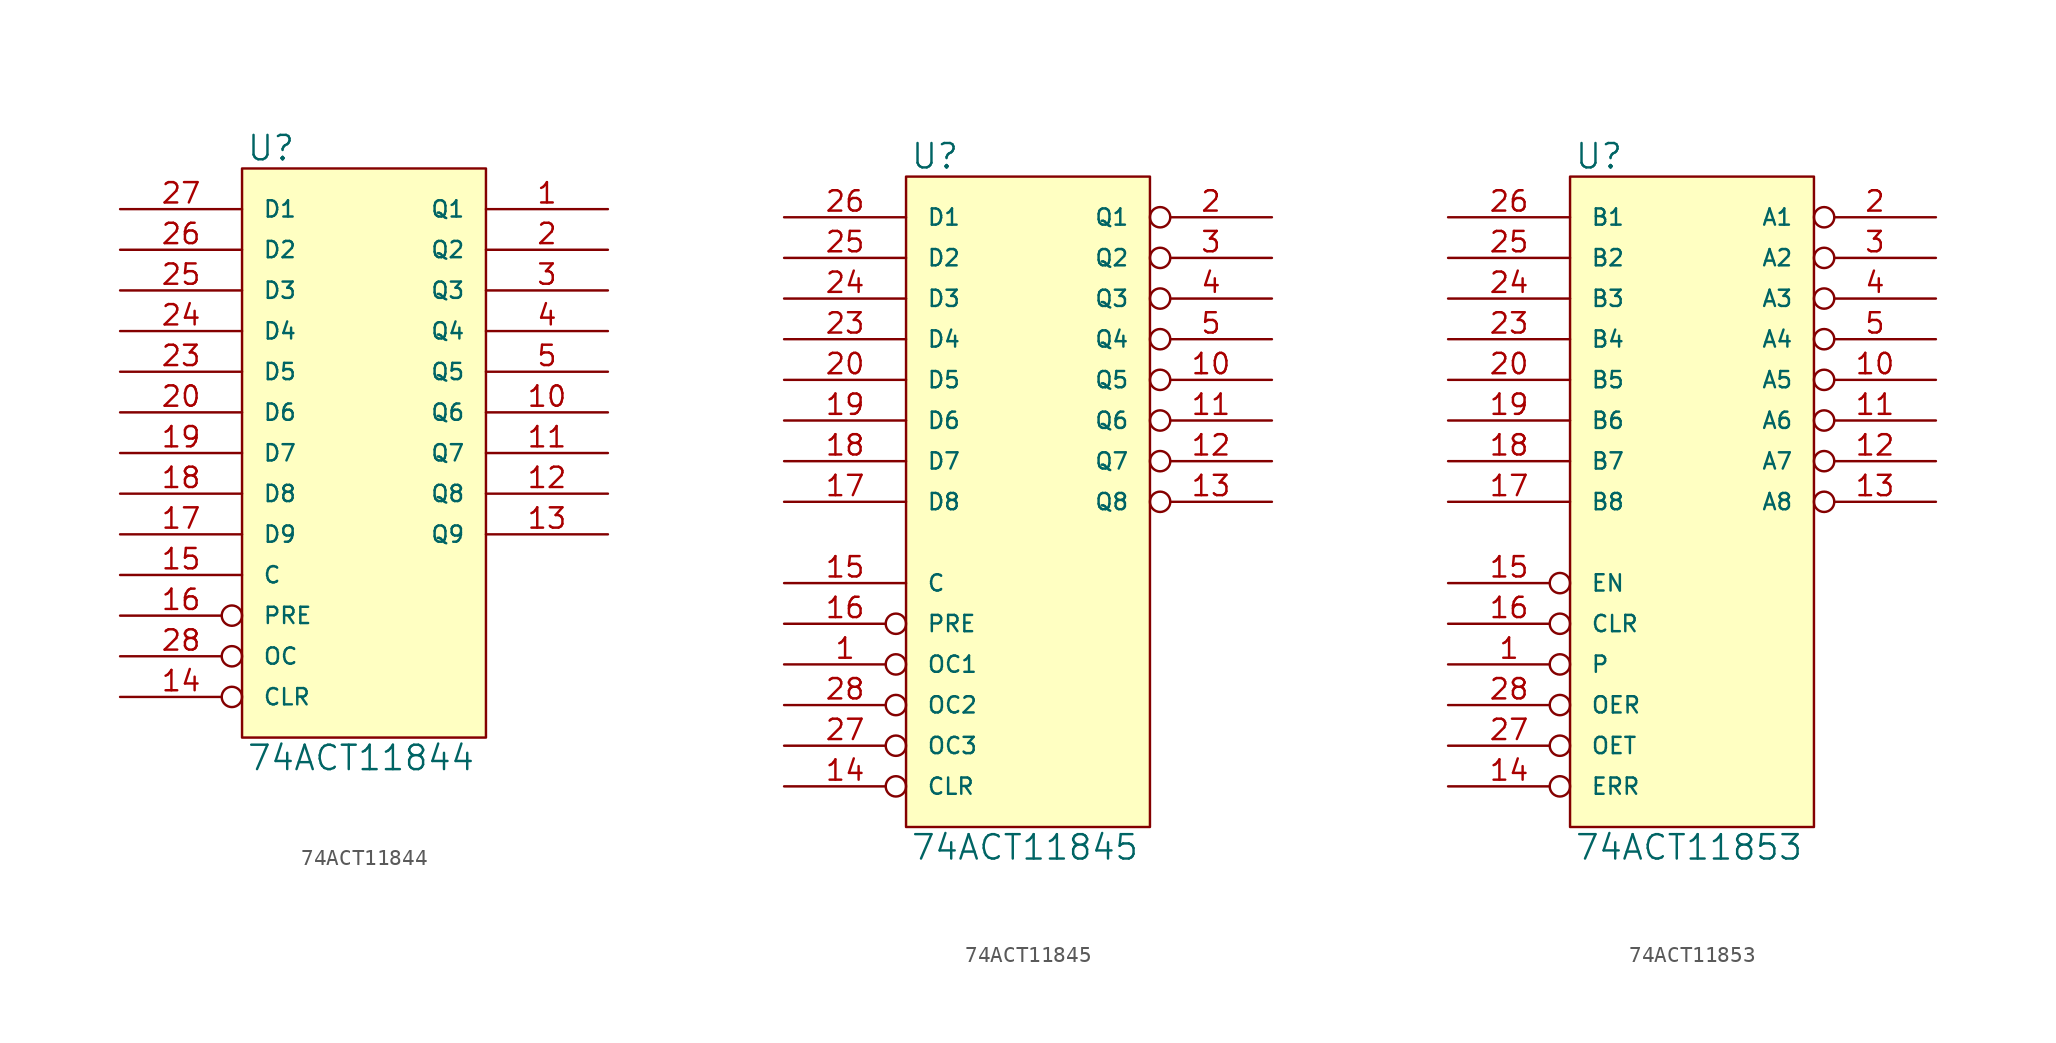
<source format=kicad_sym>
(kicad_symbol_lib
  (version 20231120)
  (generator "kicad_symbol_editor")
  (generator_version "8.0")
  (symbol "74ACT11844"
    (pin_names
      (offset 1.27))
    (property "Reference" "U"
      (at 0.254 0.381 0)
      (effects (font (size 1.524 1.524)) (justify left bottom)))
    (property "Value" "74ACT11844"
      (at 0.254 -35.941 0)
      (effects (font (size 1.524 1.524)) (justify left top)))
    (symbol "74ACT11844_0_1"
      (rectangle (start 0 0) (end 15.24 -35.56) (stroke (width 0) (type solid)) (fill (type background))))
    (symbol "74ACT11844_1_1"
      (pin tri_state line (at 22.86 -2.54 180) (length 7.62) (name "Q1" (effects (font (size 1.016 1.016)))) (number "1" (effects (font (size 1.27 1.27)))))
      (pin tri_state line (at 22.86 -15.24 180) (length 7.62) (name "Q6" (effects (font (size 1.016 1.016)))) (number "10" (effects (font (size 1.27 1.27)))))
      (pin tri_state line (at 22.86 -17.78 180) (length 7.62) (name "Q7" (effects (font (size 1.016 1.016)))) (number "11" (effects (font (size 1.27 1.27)))))
      (pin tri_state line (at 22.86 -20.32 180) (length 7.62) (name "Q8" (effects (font (size 1.016 1.016)))) (number "12" (effects (font (size 1.27 1.27)))))
      (pin tri_state line (at 22.86 -22.86 180) (length 7.62) (name "Q9" (effects (font (size 1.016 1.016)))) (number "13" (effects (font (size 1.27 1.27)))))
      (pin input inverted (at -7.62 -33.02 0) (length 7.62) (name "CLR" (effects (font (size 1.016 1.016)))) (number "14" (effects (font (size 1.27 1.27)))))
      (pin input line (at -7.62 -25.4 0) (length 7.62) (name "C" (effects (font (size 1.016 1.016)))) (number "15" (effects (font (size 1.27 1.27)))))
      (pin input inverted (at -7.62 -27.94 0) (length 7.62) (name "PRE" (effects (font (size 1.016 1.016)))) (number "16" (effects (font (size 1.27 1.27)))))
      (pin input line (at -7.62 -22.86 0) (length 7.62) (name "D9" (effects (font (size 1.016 1.016)))) (number "17" (effects (font (size 1.27 1.27)))))
      (pin input line (at -7.62 -20.32 0) (length 7.62) (name "D8" (effects (font (size 1.016 1.016)))) (number "18" (effects (font (size 1.27 1.27)))))
      (pin input line (at -7.62 -17.78 0) (length 7.62) (name "D7" (effects (font (size 1.016 1.016)))) (number "19" (effects (font (size 1.27 1.27)))))
      (pin tri_state line (at 22.86 -5.08 180) (length 7.62) (name "Q2" (effects (font (size 1.016 1.016)))) (number "2" (effects (font (size 1.27 1.27)))))
      (pin input line (at -7.62 -15.24 0) (length 7.62) (name "D6" (effects (font (size 1.016 1.016)))) (number "20" (effects (font (size 1.27 1.27)))))
      (pin power_in line (at 2.54 0 270) (length 0) hide (name "VCC" (effects (font (size 1.016 1.016)))) (number "21" (effects (font (size 1.27 1.27)))))
      (pin power_in line (at 0 0 270) (length 0) hide (name "VCC" (effects (font (size 1.016 1.016)))) (number "22" (effects (font (size 1.27 1.27)))))
      (pin input line (at -7.62 -12.7 0) (length 7.62) (name "D5" (effects (font (size 1.016 1.016)))) (number "23" (effects (font (size 1.27 1.27)))))
      (pin input line (at -7.62 -10.16 0) (length 7.62) (name "D4" (effects (font (size 1.016 1.016)))) (number "24" (effects (font (size 1.27 1.27)))))
      (pin input line (at -7.62 -7.62 0) (length 7.62) (name "D3" (effects (font (size 1.016 1.016)))) (number "25" (effects (font (size 1.27 1.27)))))
      (pin input line (at -7.62 -5.08 0) (length 7.62) (name "D2" (effects (font (size 1.016 1.016)))) (number "26" (effects (font (size 1.27 1.27)))))
      (pin input line (at -7.62 -2.54 0) (length 7.62) (name "D1" (effects (font (size 1.016 1.016)))) (number "27" (effects (font (size 1.27 1.27)))))
      (pin input inverted (at -7.62 -30.48 0) (length 7.62) (name "OC" (effects (font (size 1.016 1.016)))) (number "28" (effects (font (size 1.27 1.27)))))
      (pin tri_state line (at 22.86 -7.62 180) (length 7.62) (name "Q3" (effects (font (size 1.016 1.016)))) (number "3" (effects (font (size 1.27 1.27)))))
      (pin tri_state line (at 22.86 -10.16 180) (length 7.62) (name "Q4" (effects (font (size 1.016 1.016)))) (number "4" (effects (font (size 1.27 1.27)))))
      (pin tri_state line (at 22.86 -12.7 180) (length 7.62) (name "Q5" (effects (font (size 1.016 1.016)))) (number "5" (effects (font (size 1.27 1.27)))))
      (pin power_in line (at 0 -35.56 90) (length 0) hide (name "GND" (effects (font (size 1.016 1.016)))) (number "6" (effects (font (size 1.27 1.27)))))
      (pin power_in line (at 2.54 -35.56 90) (length 0) hide (name "GND" (effects (font (size 1.016 1.016)))) (number "7" (effects (font (size 1.27 1.27)))))
      (pin power_in line (at 5.08 -35.56 90) (length 0) hide (name "GND" (effects (font (size 1.016 1.016)))) (number "8" (effects (font (size 1.27 1.27)))))
      (pin power_in line (at 7.62 -35.56 90) (length 0) hide (name "GND" (effects (font (size 1.016 1.016)))) (number "9" (effects (font (size 1.27 1.27)))))))
  (symbol "74ACT11845"
    (pin_names
      (offset 1.27))
    (property "Reference" "U"
      (at 0.254 0.381 0)
      (effects (font (size 1.524 1.524)) (justify left bottom)))
    (property "Value" "74ACT11845"
      (at 0.254 -41.021 0)
      (effects (font (size 1.524 1.524)) (justify left top)))
    (symbol "74ACT11845_0_1"
      (rectangle (start 0 0) (end 15.24 -40.64) (stroke (width 0) (type solid)) (fill (type background))))
    (symbol "74ACT11845_1_1"
      (pin input inverted (at -7.62 -30.48 0) (length 7.62) (name "OC1" (effects (font (size 1.016 1.016)))) (number "1" (effects (font (size 1.27 1.27)))))
      (pin tri_state inverted (at 22.86 -12.7 180) (length 7.62) (name "Q5" (effects (font (size 1.016 1.016)))) (number "10" (effects (font (size 1.27 1.27)))))
      (pin tri_state inverted (at 22.86 -15.24 180) (length 7.62) (name "Q6" (effects (font (size 1.016 1.016)))) (number "11" (effects (font (size 1.27 1.27)))))
      (pin tri_state inverted (at 22.86 -17.78 180) (length 7.62) (name "Q7" (effects (font (size 1.016 1.016)))) (number "12" (effects (font (size 1.27 1.27)))))
      (pin tri_state inverted (at 22.86 -20.32 180) (length 7.62) (name "Q8" (effects (font (size 1.016 1.016)))) (number "13" (effects (font (size 1.27 1.27)))))
      (pin input inverted (at -7.62 -38.1 0) (length 7.62) (name "CLR" (effects (font (size 1.016 1.016)))) (number "14" (effects (font (size 1.27 1.27)))))
      (pin input line (at -7.62 -25.4 0) (length 7.62) (name "C" (effects (font (size 1.016 1.016)))) (number "15" (effects (font (size 1.27 1.27)))))
      (pin input inverted (at -7.62 -27.94 0) (length 7.62) (name "PRE" (effects (font (size 1.016 1.016)))) (number "16" (effects (font (size 1.27 1.27)))))
      (pin input line (at -7.62 -20.32 0) (length 7.62) (name "D8" (effects (font (size 1.016 1.016)))) (number "17" (effects (font (size 1.27 1.27)))))
      (pin input line (at -7.62 -17.78 0) (length 7.62) (name "D7" (effects (font (size 1.016 1.016)))) (number "18" (effects (font (size 1.27 1.27)))))
      (pin input line (at -7.62 -15.24 0) (length 7.62) (name "D6" (effects (font (size 1.016 1.016)))) (number "19" (effects (font (size 1.27 1.27)))))
      (pin tri_state inverted (at 22.86 -2.54 180) (length 7.62) (name "Q1" (effects (font (size 1.016 1.016)))) (number "2" (effects (font (size 1.27 1.27)))))
      (pin input line (at -7.62 -12.7 0) (length 7.62) (name "D5" (effects (font (size 1.016 1.016)))) (number "20" (effects (font (size 1.27 1.27)))))
      (pin power_in line (at 2.54 0 270) (length 0) hide (name "VCC" (effects (font (size 1.016 1.016)))) (number "21" (effects (font (size 1.27 1.27)))))
      (pin power_in line (at 0 0 270) (length 0) hide (name "VCC" (effects (font (size 1.016 1.016)))) (number "22" (effects (font (size 1.27 1.27)))))
      (pin input line (at -7.62 -10.16 0) (length 7.62) (name "D4" (effects (font (size 1.016 1.016)))) (number "23" (effects (font (size 1.27 1.27)))))
      (pin input line (at -7.62 -7.62 0) (length 7.62) (name "D3" (effects (font (size 1.016 1.016)))) (number "24" (effects (font (size 1.27 1.27)))))
      (pin input line (at -7.62 -5.08 0) (length 7.62) (name "D2" (effects (font (size 1.016 1.016)))) (number "25" (effects (font (size 1.27 1.27)))))
      (pin input line (at -7.62 -2.54 0) (length 7.62) (name "D1" (effects (font (size 1.016 1.016)))) (number "26" (effects (font (size 1.27 1.27)))))
      (pin input inverted (at -7.62 -35.56 0) (length 7.62) (name "OC3" (effects (font (size 1.016 1.016)))) (number "27" (effects (font (size 1.27 1.27)))))
      (pin input inverted (at -7.62 -33.02 0) (length 7.62) (name "OC2" (effects (font (size 1.016 1.016)))) (number "28" (effects (font (size 1.27 1.27)))))
      (pin tri_state inverted (at 22.86 -5.08 180) (length 7.62) (name "Q2" (effects (font (size 1.016 1.016)))) (number "3" (effects (font (size 1.27 1.27)))))
      (pin tri_state inverted (at 22.86 -7.62 180) (length 7.62) (name "Q3" (effects (font (size 1.016 1.016)))) (number "4" (effects (font (size 1.27 1.27)))))
      (pin tri_state inverted (at 22.86 -10.16 180) (length 7.62) (name "Q4" (effects (font (size 1.016 1.016)))) (number "5" (effects (font (size 1.27 1.27)))))
      (pin power_in line (at 0 -40.64 90) (length 0) hide (name "GND" (effects (font (size 1.016 1.016)))) (number "6" (effects (font (size 1.27 1.27)))))
      (pin power_in line (at 2.54 -40.64 90) (length 0) hide (name "GND" (effects (font (size 1.016 1.016)))) (number "7" (effects (font (size 1.27 1.27)))))
      (pin power_in line (at 5.08 -40.64 90) (length 0) hide (name "GND" (effects (font (size 1.016 1.016)))) (number "8" (effects (font (size 1.27 1.27)))))
      (pin power_in line (at 7.62 -40.64 90) (length 0) hide (name "GND" (effects (font (size 1.016 1.016)))) (number "9" (effects (font (size 1.27 1.27)))))))
  (symbol "74ACT11853"
    (pin_names
      (offset 1.27))
    (property "Reference" "U"
      (at 0.254 0.381 0)
      (effects (font (size 1.524 1.524)) (justify left bottom)))
    (property "Value" "74ACT11853"
      (at 0.254 -41.021 0)
      (effects (font (size 1.524 1.524)) (justify left top)))
    (symbol "74ACT11853_0_1"
      (rectangle (start 0 0) (end 15.24 -40.64) (stroke (width 0) (type solid)) (fill (type background))))
    (symbol "74ACT11853_1_1"
      (pin input inverted (at -7.62 -30.48 0) (length 7.62) (name "P" (effects (font (size 1.016 1.016)))) (number "1" (effects (font (size 1.27 1.27)))))
      (pin tri_state inverted (at 22.86 -12.7 180) (length 7.62) (name "A5" (effects (font (size 1.016 1.016)))) (number "10" (effects (font (size 1.27 1.27)))))
      (pin tri_state inverted (at 22.86 -15.24 180) (length 7.62) (name "A6" (effects (font (size 1.016 1.016)))) (number "11" (effects (font (size 1.27 1.27)))))
      (pin tri_state inverted (at 22.86 -17.78 180) (length 7.62) (name "A7" (effects (font (size 1.016 1.016)))) (number "12" (effects (font (size 1.27 1.27)))))
      (pin tri_state inverted (at 22.86 -20.32 180) (length 7.62) (name "A8" (effects (font (size 1.016 1.016)))) (number "13" (effects (font (size 1.27 1.27)))))
      (pin input inverted (at -7.62 -38.1 0) (length 7.62) (name "ERR" (effects (font (size 1.016 1.016)))) (number "14" (effects (font (size 1.27 1.27)))))
      (pin input inverted (at -7.62 -25.4 0) (length 7.62) (name "EN" (effects (font (size 1.016 1.016)))) (number "15" (effects (font (size 1.27 1.27)))))
      (pin input inverted (at -7.62 -27.94 0) (length 7.62) (name "CLR" (effects (font (size 1.016 1.016)))) (number "16" (effects (font (size 1.27 1.27)))))
      (pin input line (at -7.62 -20.32 0) (length 7.62) (name "B8" (effects (font (size 1.016 1.016)))) (number "17" (effects (font (size 1.27 1.27)))))
      (pin input line (at -7.62 -17.78 0) (length 7.62) (name "B7" (effects (font (size 1.016 1.016)))) (number "18" (effects (font (size 1.27 1.27)))))
      (pin input line (at -7.62 -15.24 0) (length 7.62) (name "B6" (effects (font (size 1.016 1.016)))) (number "19" (effects (font (size 1.27 1.27)))))
      (pin tri_state inverted (at 22.86 -2.54 180) (length 7.62) (name "A1" (effects (font (size 1.016 1.016)))) (number "2" (effects (font (size 1.27 1.27)))))
      (pin input line (at -7.62 -12.7 0) (length 7.62) (name "B5" (effects (font (size 1.016 1.016)))) (number "20" (effects (font (size 1.27 1.27)))))
      (pin power_in line (at 2.54 0 270) (length 0) hide (name "VCC" (effects (font (size 1.016 1.016)))) (number "21" (effects (font (size 1.27 1.27)))))
      (pin power_in line (at 0 0 270) (length 0) hide (name "VCC" (effects (font (size 1.016 1.016)))) (number "22" (effects (font (size 1.27 1.27)))))
      (pin input line (at -7.62 -10.16 0) (length 7.62) (name "B4" (effects (font (size 1.016 1.016)))) (number "23" (effects (font (size 1.27 1.27)))))
      (pin input line (at -7.62 -7.62 0) (length 7.62) (name "B3" (effects (font (size 1.016 1.016)))) (number "24" (effects (font (size 1.27 1.27)))))
      (pin input line (at -7.62 -5.08 0) (length 7.62) (name "B2" (effects (font (size 1.016 1.016)))) (number "25" (effects (font (size 1.27 1.27)))))
      (pin input line (at -7.62 -2.54 0) (length 7.62) (name "B1" (effects (font (size 1.016 1.016)))) (number "26" (effects (font (size 1.27 1.27)))))
      (pin input inverted (at -7.62 -35.56 0) (length 7.62) (name "OET" (effects (font (size 1.016 1.016)))) (number "27" (effects (font (size 1.27 1.27)))))
      (pin input inverted (at -7.62 -33.02 0) (length 7.62) (name "OER" (effects (font (size 1.016 1.016)))) (number "28" (effects (font (size 1.27 1.27)))))
      (pin tri_state inverted (at 22.86 -5.08 180) (length 7.62) (name "A2" (effects (font (size 1.016 1.016)))) (number "3" (effects (font (size 1.27 1.27)))))
      (pin tri_state inverted (at 22.86 -7.62 180) (length 7.62) (name "A3" (effects (font (size 1.016 1.016)))) (number "4" (effects (font (size 1.27 1.27)))))
      (pin tri_state inverted (at 22.86 -10.16 180) (length 7.62) (name "A4" (effects (font (size 1.016 1.016)))) (number "5" (effects (font (size 1.27 1.27)))))
      (pin power_in line (at 0 -40.64 90) (length 0) hide (name "GND" (effects (font (size 1.016 1.016)))) (number "6" (effects (font (size 1.27 1.27)))))
      (pin power_in line (at 2.54 -40.64 90) (length 0) hide (name "GND" (effects (font (size 1.016 1.016)))) (number "7" (effects (font (size 1.27 1.27)))))
      (pin power_in line (at 5.08 -40.64 90) (length 0) hide (name "GND" (effects (font (size 1.016 1.016)))) (number "8" (effects (font (size 1.27 1.27)))))
      (pin power_in line (at 7.62 -40.64 90) (length 0) hide (name "GND" (effects (font (size 1.016 1.016)))) (number "9" (effects (font (size 1.27 1.27))))))))
</source>
